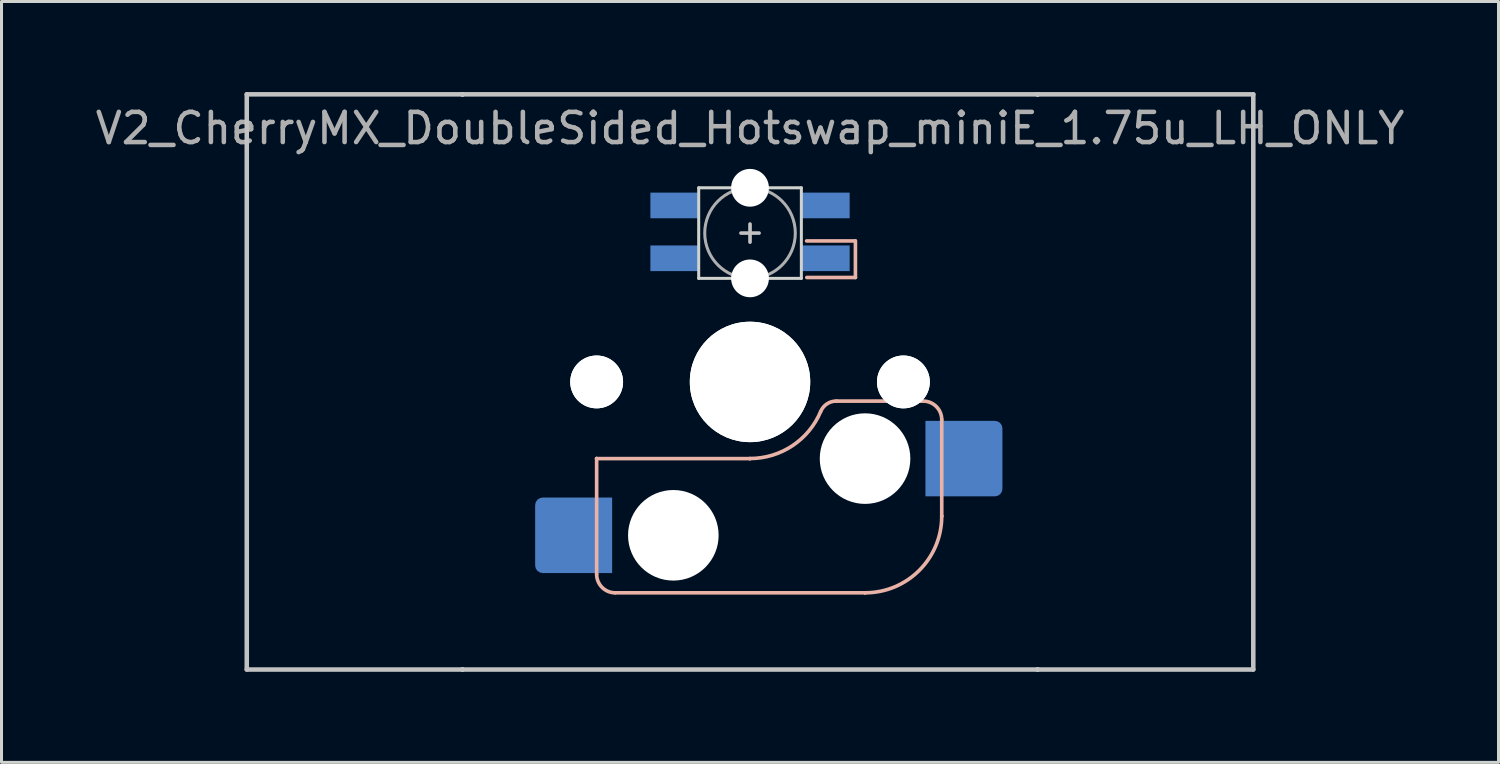
<source format=kicad_pcb>
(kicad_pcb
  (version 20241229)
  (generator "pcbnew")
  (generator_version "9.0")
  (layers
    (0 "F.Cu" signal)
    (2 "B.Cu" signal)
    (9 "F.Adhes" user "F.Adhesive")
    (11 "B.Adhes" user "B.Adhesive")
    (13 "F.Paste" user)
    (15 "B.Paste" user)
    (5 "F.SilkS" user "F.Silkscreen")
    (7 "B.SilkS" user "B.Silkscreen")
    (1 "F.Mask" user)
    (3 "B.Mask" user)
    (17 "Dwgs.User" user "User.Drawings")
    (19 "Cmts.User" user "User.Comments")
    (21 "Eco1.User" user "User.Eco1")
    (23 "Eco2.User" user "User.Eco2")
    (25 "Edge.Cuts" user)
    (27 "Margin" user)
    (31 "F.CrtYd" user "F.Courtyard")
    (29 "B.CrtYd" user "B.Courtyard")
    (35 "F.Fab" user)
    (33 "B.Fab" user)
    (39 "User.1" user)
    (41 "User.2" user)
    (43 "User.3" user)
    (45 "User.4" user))
  (footprint "V2_CherryMX_DoubleSided_Hotswap_miniE_1.75u_LH_ONLY"
    (layer "F.Cu")
    (at 21.792 9.6)
    (property "Reference" "V2_CherryMX_DoubleSided_Hotswap_miniE_1.75u_LH_ONLY" (at 0 -8.4 0) (layer "F.Fab") (effects (font (size 1 1) (thickness 0.15))))
    (attr through_hole)
    (fp_poly (pts (xy -3.25 -6.22) (xy -1.75 -6.22) (xy -1.75 -5.47) (xy -3.25 -5.47)) (stroke (width 0.1) (type solid)) (fill yes) (layer "B.Mask"))
    (fp_poly (pts (xy -3.25 -4.47) (xy -1.75 -4.47) (xy -1.75 -3.72) (xy -3.25 -3.72)) (stroke (width 0.1) (type solid)) (fill yes) (layer "B.Mask"))
    (fp_poly (pts (xy 1.75 -6.22) (xy 3.25 -6.22) (xy 3.25 -5.47) (xy 1.75 -5.47)) (stroke (width 0.1) (type solid)) (fill yes) (layer "B.Mask"))
    (fp_poly (pts (xy 1.75 -4.47) (xy 3.25 -4.47) (xy 3.25 -4.145) (xy 2.85 -3.72) (xy 1.75 -3.72)) (stroke (width 0.1) (type solid)) (fill yes) (layer "B.Mask"))
    (fp_line (start -5.08 2.54) (end -5.08 2.54) (stroke (width 0.12) (type solid)) (layer "B.SilkS"))
    (fp_line (start -5.08 2.54) (end -5.08 2.54) (stroke (width 0.12) (type solid)) (layer "B.SilkS"))
    (fp_line (start -5.08 6.36) (end -5.08 2.54) (stroke (width 0.12) (type solid)) (layer "B.SilkS"))
    (fp_line (start -4.46 6.985) (end 3.81 6.985) (stroke (width 0.12) (type solid)) (layer "B.SilkS"))
    (fp_line (start 0 2.54) (end -5.08 2.54) (stroke (width 0.12) (type solid)) (layer "B.SilkS"))
    (fp_line (start 0 2.54) (end 0 2.54) (stroke (width 0.12) (type solid)) (layer "B.SilkS"))
    (fp_line (start 1.874 -4.67) (end 3.486 -4.67) (stroke (width 0.12) (type solid)) (layer "B.SilkS"))
    (fp_line (start 1.88 -3.459) (end 3.491 -3.459) (stroke (width 0.12) (type solid)) (layer "B.SilkS"))
    (fp_line (start 2.86 0.635) (end 5.72 0.635) (stroke (width 0.12) (type solid)) (layer "B.SilkS"))
    (fp_line (start 3.491 -3.459) (end 3.491 -4.67) (stroke (width 0.12) (type solid)) (layer "B.SilkS"))
    (fp_line (start 3.81 6.985) (end 3.81 6.985) (stroke (width 0.12) (type solid)) (layer "B.SilkS"))
    (fp_line (start 6.35 1.25) (end 6.35 4.445) (stroke (width 0.12) (type solid)) (layer "B.SilkS"))
    (fp_line (start 6.35 4.445) (end 6.35 4.445) (stroke (width 0.12) (type solid)) (layer "B.SilkS"))
    (fp_arc (start -4.465 6.985) (mid -4.899871 6.804871) (end -5.08 6.37) (stroke (width 0.12) (type default)) (layer "B.SilkS"))
    (fp_arc (start 2.34 0.98) (mid 1.405313 2.11213) (end 0 2.536928) (stroke (width 0.12) (type solid)) (layer "B.SilkS"))
    (fp_arc (start 2.34 0.98) (mid 2.547381 0.727883) (end 2.859999 0.633863) (stroke (width 0.12) (type default)) (layer "B.SilkS"))
    (fp_arc (start 5.735129 0.635) (mid 6.169999 0.815141) (end 6.350129 1.25) (stroke (width 0.12) (type default)) (layer "B.SilkS"))
    (fp_arc (start 6.35 4.445) (mid 5.606051 6.241051) (end 3.81 6.985) (stroke (width 0.12) (type solid)) (layer "B.SilkS"))
    (fp_line (start -16.669 -9.525) (end 16.669 -9.525) (stroke (width 0.15) (type solid)) (layer "Dwgs.User"))
    (fp_line (start -16.669 9.525) (end -16.669 -9.525) (stroke (width 0.15) (type solid)) (layer "Dwgs.User"))
    (fp_line (start -9.525 -9.525) (end -9.525 -9.525) (stroke (width 0.15) (type solid)) (layer "Dwgs.User"))
    (fp_line (start -9.525 -9.525) (end -9.525 -9.525) (stroke (width 0.15) (type solid)) (layer "Dwgs.User"))
    (fp_line (start -9.525 -9.525) (end -9.525 -9.525) (stroke (width 0.15) (type solid)) (layer "Dwgs.User"))
    (fp_line (start -9.525 -9.525) (end -9.525 -9.525) (stroke (width 0.15) (type solid)) (layer "Dwgs.User"))
    (fp_line (start -9.525 9.525) (end -9.525 9.525) (stroke (width 0.15) (type solid)) (layer "Dwgs.User"))
    (fp_line (start -9.525 9.525) (end -9.525 9.525) (stroke (width 0.15) (type solid)) (layer "Dwgs.User"))
    (fp_line (start -9.525 9.525) (end -9.525 9.525) (stroke (width 0.15) (type solid)) (layer "Dwgs.User"))
    (fp_line (start -9.525 9.525) (end -9.525 9.525) (stroke (width 0.15) (type solid)) (layer "Dwgs.User"))
    (fp_line (start -0.3 -4.93) (end 0.3 -4.93) (stroke (width 0.12) (type solid)) (layer "Dwgs.User"))
    (fp_line (start 0 -4.63) (end 0 -5.23) (stroke (width 0.12) (type solid)) (layer "Dwgs.User"))
    (fp_line (start 9.525 -9.525) (end 9.525 -9.525) (stroke (width 0.15) (type solid)) (layer "Dwgs.User"))
    (fp_line (start 9.525 -9.525) (end 9.525 -9.525) (stroke (width 0.15) (type solid)) (layer "Dwgs.User"))
    (fp_line (start 9.525 -9.525) (end 9.525 -9.525) (stroke (width 0.15) (type solid)) (layer "Dwgs.User"))
    (fp_line (start 9.525 -9.525) (end 9.525 -9.525) (stroke (width 0.15) (type solid)) (layer "Dwgs.User"))
    (fp_line (start 9.525 9.525) (end 9.525 9.525) (stroke (width 0.15) (type solid)) (layer "Dwgs.User"))
    (fp_line (start 9.525 9.525) (end 9.525 9.525) (stroke (width 0.15) (type solid)) (layer "Dwgs.User"))
    (fp_line (start 9.525 9.525) (end 9.525 9.525) (stroke (width 0.15) (type solid)) (layer "Dwgs.User"))
    (fp_line (start 9.525 9.525) (end 9.525 9.525) (stroke (width 0.15) (type solid)) (layer "Dwgs.User"))
    (fp_line (start 16.669 -9.525) (end 16.669 9.525) (stroke (width 0.15) (type solid)) (layer "Dwgs.User"))
    (fp_line (start 16.669 9.525) (end -16.669 9.525) (stroke (width 0.15) (type solid)) (layer "Dwgs.User"))
    (fp_line (start -1.7 -6.43) (end -1.7 -3.43) (stroke (width 0.1) (type solid)) (layer "Edge.Cuts"))
    (fp_line (start 1.7 -6.43) (end -1.7 -6.43) (stroke (width 0.1) (type solid)) (layer "Edge.Cuts"))
    (fp_line (start 1.7 -3.43) (end -1.7 -3.43) (stroke (width 0.1) (type solid)) (layer "Edge.Cuts"))
    (fp_line (start 1.7 -3.43) (end 1.7 -6.43) (stroke (width 0.1) (type solid)) (layer "Edge.Cuts"))
    (fp_circle (center 0 -4.93) (end 0 -6.43) (stroke (width 0.1) (type solid)) (fill no) (layer "F.Fab"))
    (fp_line (start -9.525 9.525) (end -9.525 -9.525) (stroke (width 0.15) (type solid)) (layer "User.2"))
    (fp_line (start 9.525 -9.525) (end -9.525 -9.525) (stroke (width 0.15) (type solid)) (layer "User.2"))
    (fp_line (start 9.525 9.525) (end -9.525 9.525) (stroke (width 0.15) (type solid)) (layer "User.2"))
    (fp_line (start 9.525 9.525) (end 9.525 -9.525) (stroke (width 0.15) (type solid)) (layer "User.2"))
    (pad "" np_thru_hole circle (at -5.08 0 180) (size 1.75 1.75) (drill 1.75) (layers "*.Cu" "*.Mask"))
    (pad "" np_thru_hole circle (at -5.08 0 180) (size 1.75 1.75) (drill 1.75) (layers "*.Cu" "*.Mask"))
    (pad "" np_thru_hole circle (at -2.54 5.08 180) (size 3 3) (drill 3) (layers "*.Cu" "*.Mask"))
    (pad "" np_thru_hole circle (at 0 -6.43 180) (size 1.25 1.25) (drill 1.25) (layers "*.Cu" "*.Mask"))
    (pad "" np_thru_hole circle (at 0 -3.43 180) (size 1.25 1.25) (drill 1.25) (layers "*.Cu" "*.Mask"))
    (pad "" np_thru_hole circle (at 0 0 180) (size 3.988 3.988) (drill 3.988) (layers "*.Cu" "*.Mask"))
    (pad "" np_thru_hole circle (at 0 0 180) (size 3.988 3.988) (drill 3.988) (layers "*.Cu" "*.Mask"))
    (pad "" np_thru_hole circle (at 3.81 2.54 180) (size 3 3) (drill 3) (layers "*.Cu" "*.Mask"))
    (pad "" np_thru_hole circle (at 5.08 0 180) (size 1.75 1.75) (drill 1.75) (layers "*.Cu" "*.Mask"))
    (pad "" np_thru_hole circle (at 5.08 0 180) (size 1.75 1.75) (drill 1.75) (layers "*.Cu" "*.Mask"))
    (pad "1" smd rect (at -2.5 -5.845) (size 1.6 0.85) (layers "B.Cu"))
    (pad "2" smd rect (at -2.5 -4.095 180) (size 1.6 0.85) (layers "B.Cu"))
    (pad "3" smd rect (at 2.5 -4.095 180) (size 1.6 0.85) (layers "B.Cu"))
    (pad "4" smd rect (at 2.5 -5.845) (size 1.6 0.85) (layers "B.Cu"))
    (pad "5" smd roundrect (at 7.085 2.54 180) (size 2.55 2.5) (layers "B.Cu" "B.Mask" "B.Paste") (roundrect_rratio 0.1) (chamfer_ratio 0) (chamfer top_right bottom_right))
    (pad "6" smd roundrect (at -5.842 5.08 180) (size 2.55 2.5) (layers "B.Cu" "B.Mask" "B.Paste") (roundrect_rratio 0.1) (chamfer_ratio 0) (chamfer top_left bottom_left)))
  (gr_rect
    (start -3 -3)
    (end 46.583 22.2)
    (stroke (width 0.1) (type default))
    (fill no)
    (layer "Edge.Cuts")))
</source>
